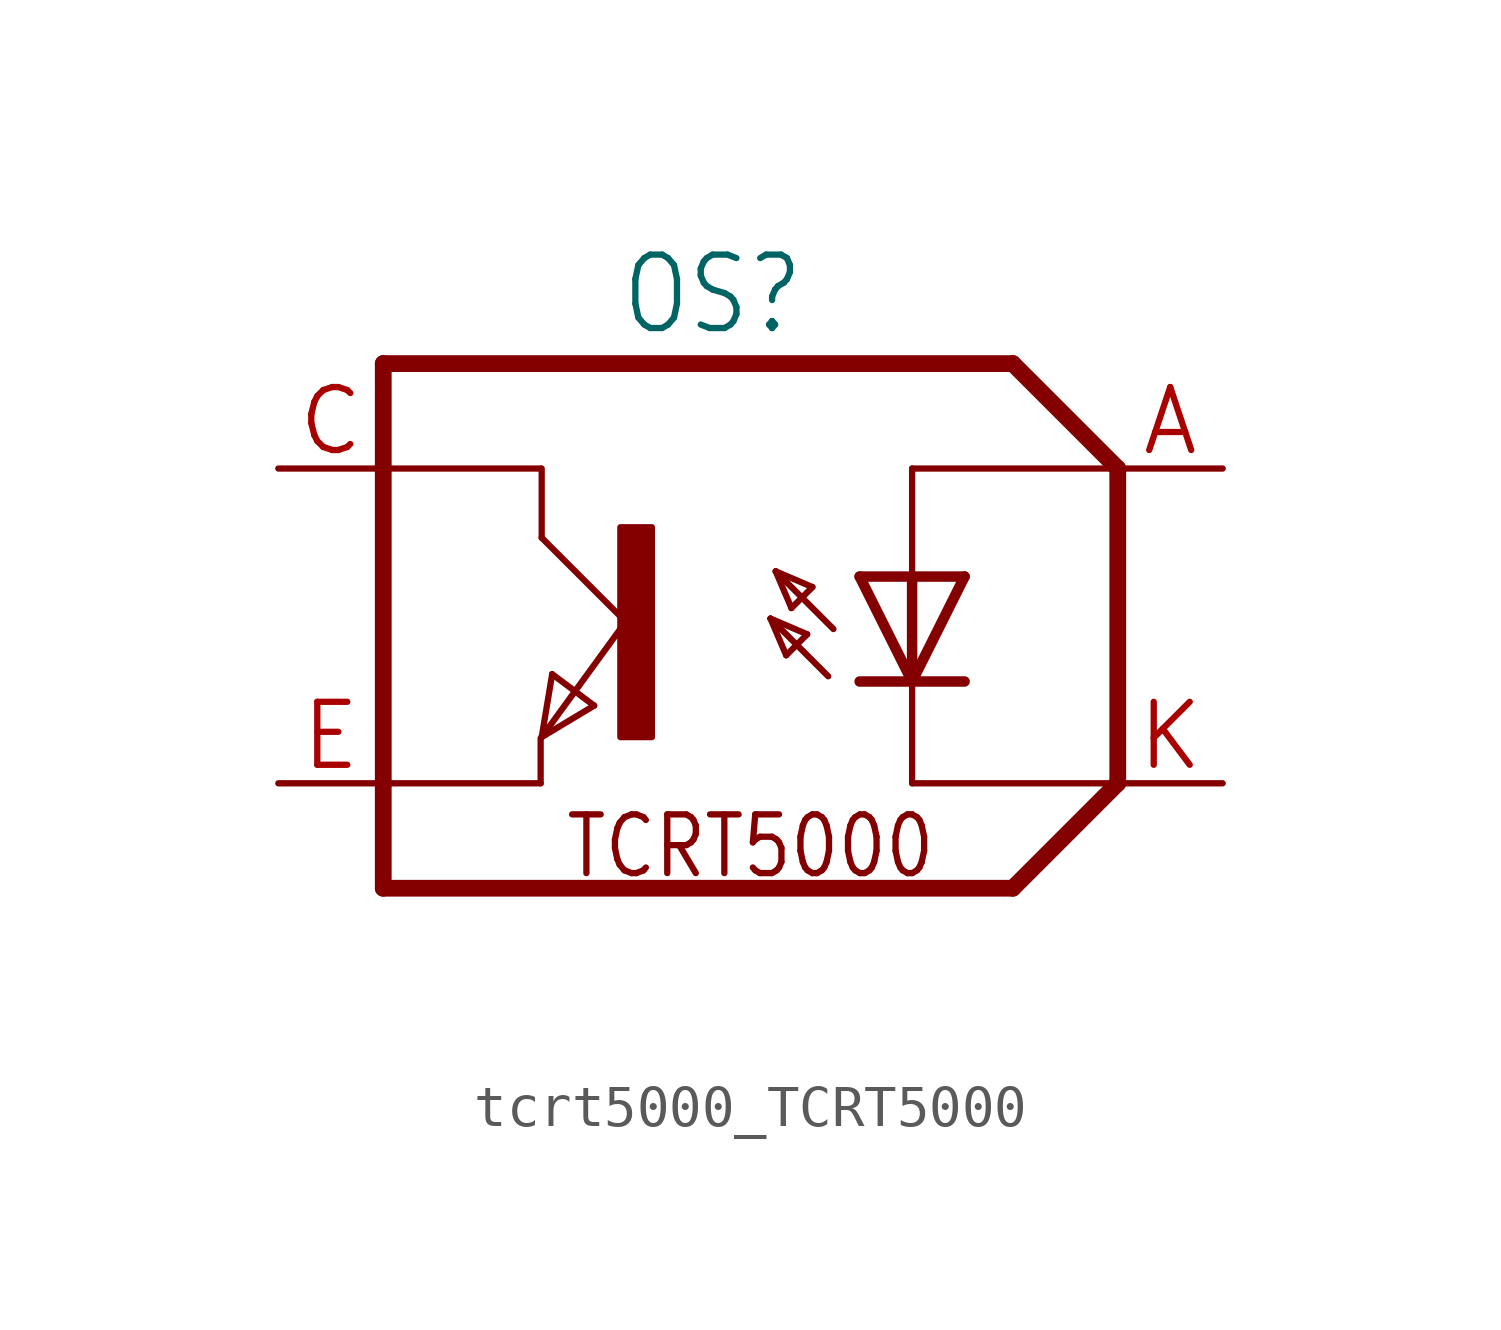
<source format=kicad_sym>
(kicad_symbol_lib
  (version 20241209)
  (generator "kicad_symbol_editor")
  (generator_version "9.0")
  (symbol "tcrt5000_TCRT5000"
    (property "Reference" "OS"
      (at -4.445 5.715 0)
      (effects (font (size 1.778 1.511)) (justify left bottom)))
    (property "Value" ""
      (at -4.445 -10.16 0)
      (effects (font (size 1.778 1.511)) (justify left bottom)))
    (property "ki_locked" ""
      (at 0 0 0)
      (effects (font (size 1.27 1.27))))
    (symbol "tcrt5000_TCRT5000_1_0"
      (polyline (pts (xy -10.16 5.08) (xy 5.08 5.08)) (stroke (width 0.406) (type solid)) (fill (type none)))
      (polyline (pts (xy -10.16 2.54) (xy -10.16 5.08)) (stroke (width 0.406) (type solid)) (fill (type none)))
      (polyline (pts (xy -10.16 2.54) (xy -6.35 2.54)) (stroke (width 0.152) (type solid)) (fill (type none)))
      (polyline (pts (xy -10.16 -5.08) (xy -10.16 2.54)) (stroke (width 0.406) (type solid)) (fill (type none)))
      (polyline (pts (xy -10.16 -5.08) (xy -6.35 -5.08)) (stroke (width 0.152) (type solid)) (fill (type none)))
      (polyline (pts (xy -10.16 -7.62) (xy -10.16 -5.08)) (stroke (width 0.406) (type solid)) (fill (type none)))
      (polyline (pts (xy -6.35 -3.988) (xy -6.35 -5.08)) (stroke (width 0.152) (type solid)) (fill (type none)))
      (polyline (pts (xy -6.325 2.54) (xy -6.325 0.864)) (stroke (width 0.152) (type solid)) (fill (type none)))
      (polyline (pts (xy -6.325 0.864) (xy -4.293 -1.168)) (stroke (width 0.152) (type solid)) (fill (type none)))
      (polyline (pts (xy -6.325 -3.962) (xy -5.055 -3.2)) (stroke (width 0.152) (type solid)) (fill (type none)))
      (polyline (pts (xy -6.071 -2.438) (xy -6.325 -3.962)) (stroke (width 0.152) (type solid)) (fill (type none)))
      (polyline (pts (xy -5.055 -3.2) (xy -6.071 -2.438)) (stroke (width 0.152) (type solid)) (fill (type none)))
      (rectangle (start -4.42 -3.962) (end -3.658 1.118) (stroke (width 0) (type default)) (fill (type outline)))
      (polyline (pts (xy -4.293 -1.168) (xy -6.325 -3.962)) (stroke (width 0.152) (type solid)) (fill (type none)))
      (polyline (pts (xy -0.787 -1.092) (xy 0.102 -1.473)) (stroke (width 0.152) (type solid)) (fill (type none)))
      (polyline (pts (xy -0.66 0.051) (xy 0.229 -0.33)) (stroke (width 0.152) (type solid)) (fill (type none)))
      (polyline (pts (xy -0.406 -1.981) (xy -0.787 -1.092)) (stroke (width 0.152) (type solid)) (fill (type none)))
      (polyline (pts (xy -0.279 -0.838) (xy -0.66 0.051)) (stroke (width 0.152) (type solid)) (fill (type none)))
      (polyline (pts (xy 0.102 -1.473) (xy -0.406 -1.981)) (stroke (width 0.152) (type solid)) (fill (type none)))
      (polyline (pts (xy 0.229 -0.33) (xy -0.279 -0.838)) (stroke (width 0.152) (type solid)) (fill (type none)))
      (polyline (pts (xy 0.61 -2.489) (xy -0.787 -1.092)) (stroke (width 0.152) (type solid)) (fill (type none)))
      (polyline (pts (xy 0.737 -1.346) (xy -0.66 0.051)) (stroke (width 0.152) (type solid)) (fill (type none)))
      (polyline (pts (xy 1.372 -0.076) (xy 2.642 -0.076)) (stroke (width 0.254) (type solid)) (fill (type none)))
      (polyline (pts (xy 1.372 -0.076) (xy 2.642 -2.616)) (stroke (width 0.254) (type solid)) (fill (type none)))
      (polyline (pts (xy 1.372 -2.616) (xy 2.642 -2.616)) (stroke (width 0.254) (type solid)) (fill (type none)))
      (polyline (pts (xy 2.642 2.54) (xy 2.642 -0.076)) (stroke (width 0.152) (type solid)) (fill (type none)))
      (polyline (pts (xy 2.642 -0.076) (xy 2.642 -2.616)) (stroke (width 0.254) (type solid)) (fill (type none)))
      (polyline (pts (xy 2.642 -0.076) (xy 3.912 -0.076)) (stroke (width 0.254) (type solid)) (fill (type none)))
      (polyline (pts (xy 2.642 -2.616) (xy 2.642 -5.08)) (stroke (width 0.152) (type solid)) (fill (type none)))
      (polyline (pts (xy 2.642 -2.616) (xy 3.912 -0.076)) (stroke (width 0.254) (type solid)) (fill (type none)))
      (polyline (pts (xy 2.642 -2.616) (xy 3.912 -2.616)) (stroke (width 0.254) (type solid)) (fill (type none)))
      (polyline (pts (xy 5.08 5.08) (xy 7.62 2.54)) (stroke (width 0.406) (type solid)) (fill (type none)))
      (polyline (pts (xy 5.08 -7.62) (xy -10.16 -7.62)) (stroke (width 0.406) (type solid)) (fill (type none)))
      (polyline (pts (xy 7.62 2.54) (xy 2.642 2.54)) (stroke (width 0.152) (type solid)) (fill (type none)))
      (polyline (pts (xy 7.62 2.54) (xy 7.62 -5.08)) (stroke (width 0.406) (type solid)) (fill (type none)))
      (polyline (pts (xy 7.62 -5.08) (xy 2.642 -5.08)) (stroke (width 0.152) (type solid)) (fill (type none)))
      (polyline (pts (xy 7.62 -5.08) (xy 5.08 -7.62)) (stroke (width 0.406) (type solid)) (fill (type none)))
      (text "TCRT5000" (at -1.27 -6.604 0) (effects (font (size 1.422 1.209))))
      (pin passive line (at -12.7 2.54 0) (length 2.54) (name "COLLECTOR" (effects (font (size 0 0)))) (number "C" (effects (font (size 1.524 1.524)))))
      (pin passive line (at -12.7 -5.08 0) (length 2.54) (name "EMITTER" (effects (font (size 0 0)))) (number "E" (effects (font (size 1.524 1.524)))))
      (pin passive line (at 10.16 2.54 180) (length 2.54) (name "ANODE" (effects (font (size 0 0)))) (number "A" (effects (font (size 1.524 1.524)))))
      (pin passive line (at 10.16 -5.08 180) (length 2.54) (name "CATHODE" (effects (font (size 0 0)))) (number "K" (effects (font (size 1.524 1.524))))))))
</source>
